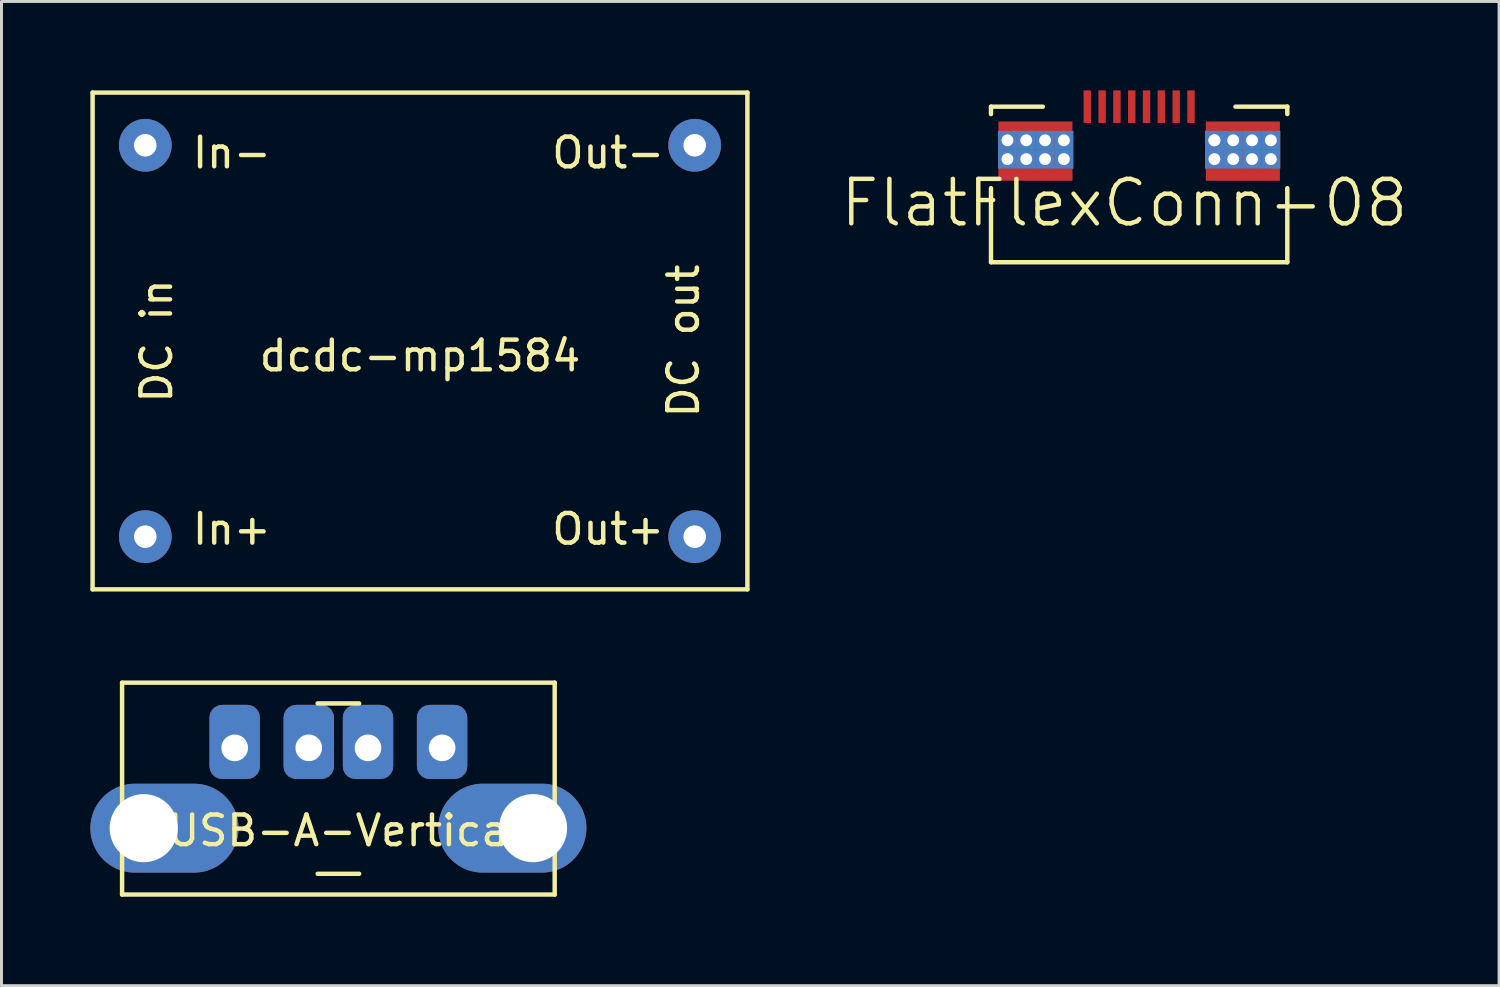
<source format=kicad_pcb>
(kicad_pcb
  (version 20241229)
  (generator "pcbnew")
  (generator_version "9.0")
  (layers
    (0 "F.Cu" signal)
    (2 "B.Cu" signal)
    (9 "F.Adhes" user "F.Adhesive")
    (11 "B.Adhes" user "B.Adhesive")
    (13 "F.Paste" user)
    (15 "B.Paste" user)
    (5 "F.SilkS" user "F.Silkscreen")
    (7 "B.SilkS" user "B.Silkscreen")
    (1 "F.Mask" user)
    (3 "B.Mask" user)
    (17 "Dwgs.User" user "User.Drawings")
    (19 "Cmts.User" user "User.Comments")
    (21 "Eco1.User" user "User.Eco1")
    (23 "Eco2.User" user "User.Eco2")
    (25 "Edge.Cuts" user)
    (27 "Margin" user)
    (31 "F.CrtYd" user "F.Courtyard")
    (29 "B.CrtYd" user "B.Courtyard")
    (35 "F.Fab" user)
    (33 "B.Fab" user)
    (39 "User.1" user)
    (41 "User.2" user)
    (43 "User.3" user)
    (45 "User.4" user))
  (footprint "USB-A-Vertical"
    (layer "F.Cu")
    (at 8.37 22.189)
    (property "Reference" "USB-A-Vertical" (at 0.254 2.794 0) (layer "F.SilkS") (effects (font (size 1 1) (thickness 0.15))))
    (attr through_hole)
    (fp_line (start -7.3 -2.2) (end -7.3 4.95) (stroke (width 0.15) (type solid)) (layer "F.SilkS"))
    (fp_line (start -7.3 -2.2) (end 7.3 -2.2) (stroke (width 0.15) (type solid)) (layer "F.SilkS"))
    (fp_line (start -7.3 4.95) (end 7.3 4.95) (stroke (width 0.15) (type solid)) (layer "F.SilkS"))
    (fp_line (start -0.7 -1.5) (end 0.7 -1.5) (stroke (width 0.15) (type solid)) (layer "F.SilkS"))
    (fp_line (start -0.7 4.25) (end 0.7 4.25) (stroke (width 0.15) (type solid)) (layer "F.SilkS"))
    (fp_line (start 7.3 -2.2) (end 7.3 4.95) (stroke (width 0.15) (type solid)) (layer "F.SilkS"))
    (pad "1" thru_hole roundrect (at -3.5 0) (size 1.7 2.5) (drill 0.9 (offset 0 -0.2)) (layers "*.Cu" "*.Mask") (roundrect_rratio 0.25))
    (pad "2" thru_hole roundrect (at -1 0) (size 1.7 2.5) (drill 0.9 (offset 0 -0.2)) (layers "*.Cu" "*.Mask") (roundrect_rratio 0.25))
    (pad "3" thru_hole roundrect (at 1 0) (size 1.7 2.5) (drill 0.9 (offset 0 -0.2)) (layers "*.Cu" "*.Mask") (roundrect_rratio 0.25))
    (pad "4" thru_hole roundrect (at 3.5 0) (size 1.7 2.5) (drill 0.9 (offset 0 -0.2)) (layers "*.Cu" "*.Mask") (roundrect_rratio 0.25))
    (pad "5" thru_hole oval (at -6.57 2.71 270) (size 3 5) (drill 2.3 (offset 0 -0.7)) (layers "*.Cu" "*.Mask"))
    (pad "5" thru_hole oval (at 6.57 2.71 90) (size 3 5) (drill 2.3 (offset 0 -0.7)) (layers "*.Cu" "*.Mask")))
  (footprint "dcdc-mp1584"
    (layer "F.Cu")
    (at 11.124 8.457)
    (property "Reference" "dcdc-mp1584" (at 0 0.5 0) (layer "F.SilkS") (effects (font (size 1 1) (thickness 0.15))))
    (attr through_hole)
    (fp_line (start -11.049 -8.382) (end 11.049 -8.382) (stroke (width 0.15) (type solid)) (layer "F.SilkS"))
    (fp_line (start -11.049 8.382) (end -11.049 -8.382) (stroke (width 0.15) (type solid)) (layer "F.SilkS"))
    (fp_line (start 11.049 -8.382) (end 11.049 8.382) (stroke (width 0.15) (type solid)) (layer "F.SilkS"))
    (fp_line (start 11.049 8.382) (end -11.049 8.382) (stroke (width 0.15) (type solid)) (layer "F.SilkS"))
    (fp_text user "In+" (at -6.35 6.35 0) (layer "F.SilkS") (effects (font (size 1 1) (thickness 0.15))))
    (fp_text user "Out-" (at 6.35 -6.35 0) (layer "F.SilkS") (effects (font (size 1 1) (thickness 0.15))))
    (fp_text user "Out+" (at 6.35 6.35 0) (layer "F.SilkS") (effects (font (size 1 1) (thickness 0.15))))
    (fp_text user "In-" (at -6.35 -6.35 0) (layer "F.SilkS") (effects (font (size 1 1) (thickness 0.15))))
    (fp_text user "DC out" (at 8.89 0 90) (layer "F.SilkS") (effects (font (size 1 1) (thickness 0.15))))
    (fp_text user "DC in" (at -8.89 0 90) (layer "F.SilkS") (effects (font (size 1 1) (thickness 0.15))))
    (pad "1" thru_hole circle (at -9.271 -6.604) (size 1.778 1.778) (drill 0.762) (layers "*.Cu" "*.Mask"))
    (pad "2" thru_hole circle (at -9.271 6.604) (size 1.778 1.778) (drill 0.762) (layers "*.Cu" "*.Mask"))
    (pad "3" thru_hole circle (at 9.271 -6.604) (size 1.778 1.778) (drill 0.762) (layers "*.Cu" "*.Mask"))
    (pad "4" thru_hole circle (at 9.271 6.604) (size 1.778 1.778) (drill 0.762) (layers "*.Cu" "*.Mask")))
  (footprint "FlatFlexConn-08"
    (layer "F.Cu")
    (at 35.394 1.05)
    (property "Reference" "FlatFlexConn-08" (at -0.5 2.75 0) (layer "F.SilkS") (effects (font (size 1.5 1.5) (thickness 0.15))))
    (attr through_hole)
    (fp_line (start -5 -0.5) (end -5 -0.25) (stroke (width 0.15) (type solid)) (layer "F.SilkS"))
    (fp_line (start -5 -0.5) (end -3.25 -0.5) (stroke (width 0.15) (type solid)) (layer "F.SilkS"))
    (fp_line (start -5 4.75) (end -5 2.25) (stroke (width 0.15) (type solid)) (layer "F.SilkS"))
    (fp_line (start 3.25 -0.5) (end 5 -0.5) (stroke (width 0.15) (type solid)) (layer "F.SilkS"))
    (fp_line (start 5 -0.5) (end 5 -0.25) (stroke (width 0.15) (type solid)) (layer "F.SilkS"))
    (fp_line (start 5 2.25) (end 5 4.75) (stroke (width 0.15) (type solid)) (layer "F.SilkS"))
    (fp_line (start 5 4.75) (end -5 4.75) (stroke (width 0.15) (type solid)) (layer "F.SilkS"))
    (pad "1" smd rect (at -1.75 -0.5) (size 0.25 1.1) (layers "F.Cu" "F.Mask" "F.Paste"))
    (pad "2" smd rect (at -1.25 -0.5) (size 0.25 1.1) (layers "F.Cu" "F.Mask" "F.Paste"))
    (pad "3" smd rect (at -0.75 -0.5) (size 0.25 1.1) (layers "F.Cu" "F.Mask" "F.Paste"))
    (pad "4" smd rect (at -0.25 -0.5) (size 0.25 1.1) (layers "F.Cu" "F.Mask" "F.Paste"))
    (pad "5" smd rect (at 0.25 -0.5) (size 0.25 1.1) (layers "F.Cu" "F.Mask" "F.Paste"))
    (pad "6" smd rect (at 0.75 -0.5) (size 0.25 1.1) (layers "F.Cu" "F.Mask" "F.Paste"))
    (pad "7" smd rect (at 1.25 -0.5) (size 0.25 1.1) (layers "F.Cu" "F.Mask" "F.Paste"))
    (pad "8" smd rect (at 1.75 -0.5) (size 0.25 1.1) (layers "F.Cu" "F.Mask" "F.Paste"))
    (pad "9" thru_hole rect (at -4.445 0.635) (size 0.635 0.635) (drill 0.4) (layers "*.Cu" "*.Mask"))
    (pad "9" thru_hole rect (at -4.445 1.27) (size 0.635 0.635) (drill 0.4) (layers "*.Cu" "*.Mask"))
    (pad "9" thru_hole rect (at -3.81 0.635) (size 0.635 0.635) (drill 0.4) (layers "*.Cu" "*.Mask"))
    (pad "9" thru_hole rect (at -3.81 1.27) (size 0.635 0.635) (drill 0.4) (layers "*.Cu" "*.Mask"))
    (pad "9" smd rect (at -3.5 1) (size 2.5 2) (layers "F.Cu" "F.Mask" "F.Paste"))
    (pad "9" thru_hole rect (at -3.175 0.635) (size 0.635 0.635) (drill 0.4) (layers "*.Cu" "*.Mask"))
    (pad "9" thru_hole rect (at -3.175 1.27) (size 0.635 0.635) (drill 0.4) (layers "*.Cu" "*.Mask"))
    (pad "9" thru_hole rect (at -2.54 0.635) (size 0.635 0.635) (drill 0.4) (layers "*.Cu" "*.Mask"))
    (pad "9" thru_hole rect (at -2.54 1.27) (size 0.635 0.635) (drill 0.4) (layers "*.Cu" "*.Mask"))
    (pad "9" thru_hole rect (at 2.54 0.635) (size 0.635 0.635) (drill 0.4) (layers "*.Cu" "*.Mask"))
    (pad "9" thru_hole rect (at 2.54 0.635) (size 0.635 0.635) (drill 0.4) (layers "*.Cu" "*.Mask"))
    (pad "9" thru_hole rect (at 2.54 1.27) (size 0.635 0.635) (drill 0.4) (layers "*.Cu" "*.Mask"))
    (pad "9" thru_hole rect (at 3.175 0.635) (size 0.635 0.635) (drill 0.4) (layers "*.Cu" "*.Mask"))
    (pad "9" thru_hole rect (at 3.175 1.27) (size 0.635 0.635) (drill 0.4) (layers "*.Cu" "*.Mask"))
    (pad "9" smd rect (at 3.5 1) (size 2.5 2) (layers "F.Cu" "F.Mask" "F.Paste"))
    (pad "9" thru_hole rect (at 3.81 0.635) (size 0.635 0.635) (drill 0.4) (layers "*.Cu" "*.Mask"))
    (pad "9" thru_hole rect (at 3.81 1.27) (size 0.635 0.635) (drill 0.4) (layers "*.Cu" "*.Mask"))
    (pad "9" thru_hole rect (at 4.445 0.635) (size 0.635 0.635) (drill 0.4) (layers "*.Cu" "*.Mask"))
    (pad "9" thru_hole rect (at 4.445 1.27) (size 0.635 0.635) (drill 0.4) (layers "*.Cu" "*.Mask")))
  (gr_rect
    (start -3 -3)
    (end 47.541 30.214)
    (stroke (width 0.1) (type default))
    (fill no)
    (layer "Edge.Cuts")))
</source>
